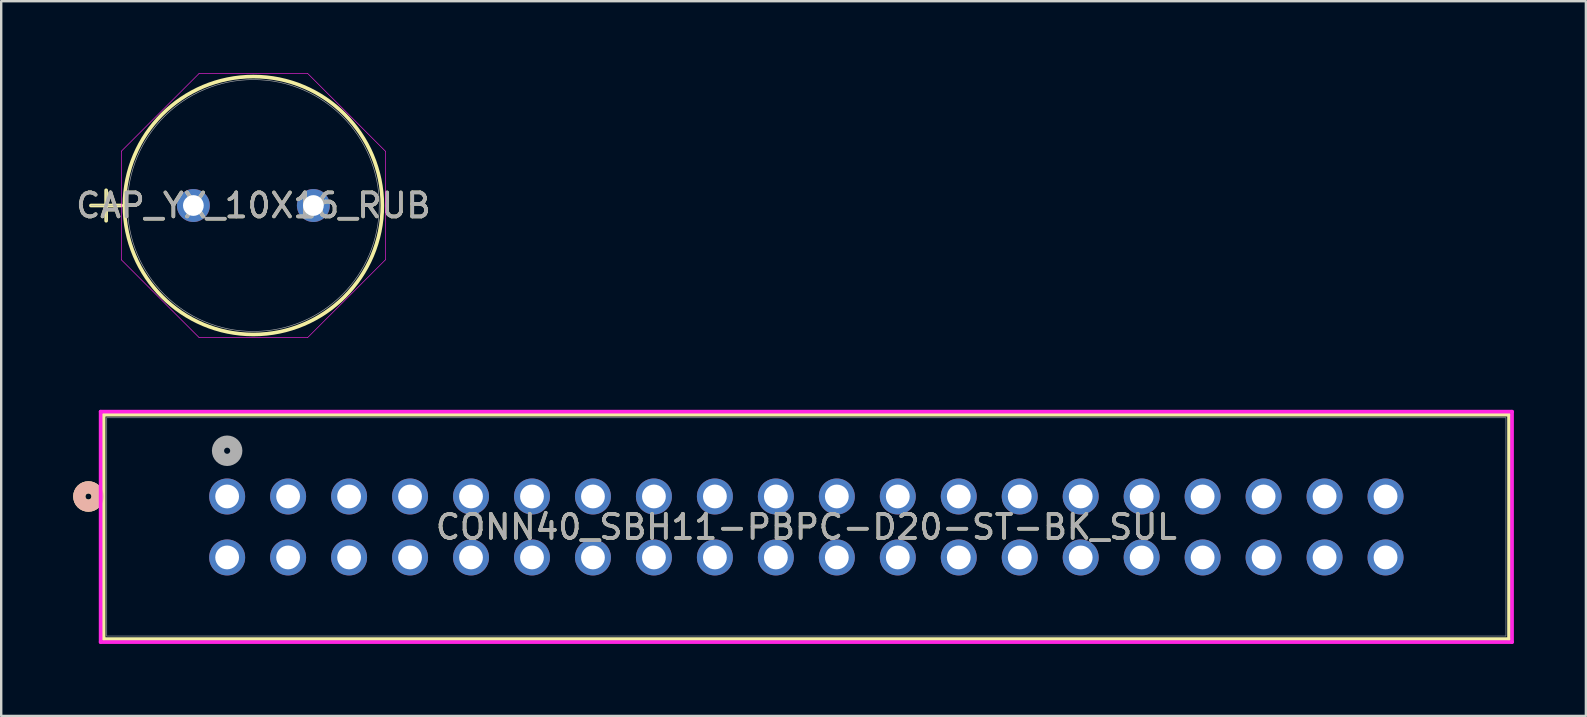
<source format=kicad_pcb>
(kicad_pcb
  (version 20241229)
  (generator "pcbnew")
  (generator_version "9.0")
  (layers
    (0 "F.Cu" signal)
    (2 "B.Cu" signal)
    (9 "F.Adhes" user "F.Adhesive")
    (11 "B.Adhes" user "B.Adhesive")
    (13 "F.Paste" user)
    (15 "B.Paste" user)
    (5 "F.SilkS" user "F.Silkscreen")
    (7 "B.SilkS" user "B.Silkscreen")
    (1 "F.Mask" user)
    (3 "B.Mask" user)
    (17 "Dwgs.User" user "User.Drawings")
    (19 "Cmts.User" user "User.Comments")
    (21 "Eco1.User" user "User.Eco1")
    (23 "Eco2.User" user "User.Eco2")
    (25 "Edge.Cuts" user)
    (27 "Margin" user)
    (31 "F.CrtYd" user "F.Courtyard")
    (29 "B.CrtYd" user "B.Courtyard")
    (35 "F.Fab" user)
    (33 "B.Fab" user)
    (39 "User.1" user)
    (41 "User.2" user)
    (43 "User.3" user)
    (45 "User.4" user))
  (footprint "CONN40_SBH11-PBPC-D20-ST-BK_SUL"
    (layer "F.Cu")
    (at 6.413 17.634)
    (property "Reference" "CONN40_SBH11-PBPC-D20-ST-BK_SUL" (at 24.13 1.27 0) (unlocked yes) (layer "F.SilkS") (effects (font (size 1 1) (thickness 0.15))))
    (attr through_hole)
    (fp_line (start -5.144 -3.407) (end -5.144 5.94) (stroke (width 0.152) (type solid)) (layer "F.SilkS"))
    (fp_line (start -5.144 5.94) (end 53.404 5.94) (stroke (width 0.152) (type solid)) (layer "F.SilkS"))
    (fp_line (start 53.404 -3.407) (end -5.144 -3.407) (stroke (width 0.152) (type solid)) (layer "F.SilkS"))
    (fp_line (start 53.404 5.94) (end 53.404 -3.407) (stroke (width 0.152) (type solid)) (layer "F.SilkS"))
    (fp_circle (center -5.779 0) (end -5.397 0) (stroke (width 0.508) (type solid)) (fill no) (layer "F.SilkS"))
    (fp_circle (center -5.779 0) (end -5.397 0) (stroke (width 0.508) (type solid)) (fill no) (layer "B.SilkS"))
    (fp_line (start -5.271 -3.534) (end -5.271 6.067) (stroke (width 0.152) (type solid)) (layer "F.CrtYd"))
    (fp_line (start -5.271 6.067) (end 53.531 6.067) (stroke (width 0.152) (type solid)) (layer "F.CrtYd"))
    (fp_line (start 53.531 -3.534) (end -5.271 -3.534) (stroke (width 0.152) (type solid)) (layer "F.CrtYd"))
    (fp_line (start 53.531 6.067) (end 53.531 -3.534) (stroke (width 0.152) (type solid)) (layer "F.CrtYd"))
    (fp_line (start -5.016 -3.28) (end -5.016 5.813) (stroke (width 0.025) (type solid)) (layer "F.Fab"))
    (fp_line (start -5.016 5.813) (end 53.276 5.813) (stroke (width 0.025) (type solid)) (layer "F.Fab"))
    (fp_line (start 53.276 -3.28) (end -5.016 -3.28) (stroke (width 0.025) (type solid)) (layer "F.Fab"))
    (fp_line (start 53.276 5.813) (end 53.276 -3.28) (stroke (width 0.025) (type solid)) (layer "F.Fab"))
    (fp_circle (center 0 -1.905) (end 0.381 -1.905) (stroke (width 0.508) (type solid)) (fill no) (layer "F.Fab"))
    (fp_text user "${REFERENCE}" (at 24.13 1.27 0) (unlocked yes) (layer "F.Fab") (effects (font (size 1 1) (thickness 0.15))))
    (pad "1" thru_hole circle (at 0 0) (size 1.499 1.499) (drill 0.991) (layers "*.Cu" "*.Mask"))
    (pad "2" thru_hole circle (at 0 2.54) (size 1.499 1.499) (drill 0.991) (layers "*.Cu" "*.Mask"))
    (pad "3" thru_hole circle (at 2.54 0) (size 1.499 1.499) (drill 0.991) (layers "*.Cu" "*.Mask"))
    (pad "4" thru_hole circle (at 2.54 2.54) (size 1.499 1.499) (drill 0.991) (layers "*.Cu" "*.Mask"))
    (pad "5" thru_hole circle (at 5.08 0) (size 1.499 1.499) (drill 0.991) (layers "*.Cu" "*.Mask"))
    (pad "6" thru_hole circle (at 5.08 2.54) (size 1.499 1.499) (drill 0.991) (layers "*.Cu" "*.Mask"))
    (pad "7" thru_hole circle (at 7.62 0) (size 1.499 1.499) (drill 0.991) (layers "*.Cu" "*.Mask"))
    (pad "8" thru_hole circle (at 7.62 2.54) (size 1.499 1.499) (drill 0.991) (layers "*.Cu" "*.Mask"))
    (pad "9" thru_hole circle (at 10.16 0) (size 1.499 1.499) (drill 0.991) (layers "*.Cu" "*.Mask"))
    (pad "10" thru_hole circle (at 10.16 2.54) (size 1.499 1.499) (drill 0.991) (layers "*.Cu" "*.Mask"))
    (pad "11" thru_hole circle (at 12.7 0) (size 1.499 1.499) (drill 0.991) (layers "*.Cu" "*.Mask"))
    (pad "12" thru_hole circle (at 12.7 2.54) (size 1.499 1.499) (drill 0.991) (layers "*.Cu" "*.Mask"))
    (pad "13" thru_hole circle (at 15.24 0) (size 1.499 1.499) (drill 0.991) (layers "*.Cu" "*.Mask"))
    (pad "14" thru_hole circle (at 15.24 2.54) (size 1.499 1.499) (drill 0.991) (layers "*.Cu" "*.Mask"))
    (pad "15" thru_hole circle (at 17.78 0) (size 1.499 1.499) (drill 0.991) (layers "*.Cu" "*.Mask"))
    (pad "16" thru_hole circle (at 17.78 2.54) (size 1.499 1.499) (drill 0.991) (layers "*.Cu" "*.Mask"))
    (pad "17" thru_hole circle (at 20.32 0) (size 1.499 1.499) (drill 0.991) (layers "*.Cu" "*.Mask"))
    (pad "18" thru_hole circle (at 20.32 2.54) (size 1.499 1.499) (drill 0.991) (layers "*.Cu" "*.Mask"))
    (pad "19" thru_hole circle (at 22.86 0) (size 1.499 1.499) (drill 0.991) (layers "*.Cu" "*.Mask"))
    (pad "20" thru_hole circle (at 22.86 2.54) (size 1.499 1.499) (drill 0.991) (layers "*.Cu" "*.Mask"))
    (pad "21" thru_hole circle (at 25.4 0) (size 1.499 1.499) (drill 0.991) (layers "*.Cu" "*.Mask"))
    (pad "22" thru_hole circle (at 25.4 2.54) (size 1.499 1.499) (drill 0.991) (layers "*.Cu" "*.Mask"))
    (pad "23" thru_hole circle (at 27.94 0) (size 1.499 1.499) (drill 0.991) (layers "*.Cu" "*.Mask"))
    (pad "24" thru_hole circle (at 27.94 2.54) (size 1.499 1.499) (drill 0.991) (layers "*.Cu" "*.Mask"))
    (pad "25" thru_hole circle (at 30.48 0) (size 1.499 1.499) (drill 0.991) (layers "*.Cu" "*.Mask"))
    (pad "26" thru_hole circle (at 30.48 2.54) (size 1.499 1.499) (drill 0.991) (layers "*.Cu" "*.Mask"))
    (pad "27" thru_hole circle (at 33.02 0) (size 1.499 1.499) (drill 0.991) (layers "*.Cu" "*.Mask"))
    (pad "28" thru_hole circle (at 33.02 2.54) (size 1.499 1.499) (drill 0.991) (layers "*.Cu" "*.Mask"))
    (pad "29" thru_hole circle (at 35.56 0) (size 1.499 1.499) (drill 0.991) (layers "*.Cu" "*.Mask"))
    (pad "30" thru_hole circle (at 35.56 2.54) (size 1.499 1.499) (drill 0.991) (layers "*.Cu" "*.Mask"))
    (pad "31" thru_hole circle (at 38.1 0) (size 1.499 1.499) (drill 0.991) (layers "*.Cu" "*.Mask"))
    (pad "32" thru_hole circle (at 38.1 2.54) (size 1.499 1.499) (drill 0.991) (layers "*.Cu" "*.Mask"))
    (pad "33" thru_hole circle (at 40.64 0) (size 1.499 1.499) (drill 0.991) (layers "*.Cu" "*.Mask"))
    (pad "34" thru_hole circle (at 40.64 2.54) (size 1.499 1.499) (drill 0.991) (layers "*.Cu" "*.Mask"))
    (pad "35" thru_hole circle (at 43.18 0) (size 1.499 1.499) (drill 0.991) (layers "*.Cu" "*.Mask"))
    (pad "36" thru_hole circle (at 43.18 2.54) (size 1.499 1.499) (drill 0.991) (layers "*.Cu" "*.Mask"))
    (pad "37" thru_hole circle (at 45.72 0) (size 1.499 1.499) (drill 0.991) (layers "*.Cu" "*.Mask"))
    (pad "38" thru_hole circle (at 45.72 2.54) (size 1.499 1.499) (drill 0.991) (layers "*.Cu" "*.Mask"))
    (pad "39" thru_hole circle (at 48.26 0) (size 1.499 1.499) (drill 0.991) (layers "*.Cu" "*.Mask"))
    (pad "40" thru_hole circle (at 48.26 2.54) (size 1.499 1.499) (drill 0.991) (layers "*.Cu" "*.Mask")))
  (footprint "CAP_YX_10X16_RUB"
    (layer "F.Cu")
    (at 5.006 5.512)
    (property "Reference" "CAP_YX_10X16_RUB" (at 2.5 0 0) (unlocked yes) (layer "F.SilkS") (effects (font (size 1 1) (thickness 0.15))))
    (attr through_hole)
    (fp_line (start -4.269 0) (end -2.999 0) (stroke (width 0.152) (type solid)) (layer "F.SilkS"))
    (fp_line (start -3.634 -0.635) (end -3.634 0.635) (stroke (width 0.152) (type solid)) (layer "F.SilkS"))
    (fp_circle (center 2.5 0) (end 7.872 0) (stroke (width 0.152) (type solid)) (fill no) (layer "F.SilkS"))
    (fp_line (start -2.999 -2.264) (end 0.236 -5.499) (stroke (width 0.025) (type solid)) (layer "F.CrtYd"))
    (fp_line (start -2.999 2.264) (end -2.999 -2.264) (stroke (width 0.025) (type solid)) (layer "F.CrtYd"))
    (fp_line (start 0.236 -5.499) (end 4.764 -5.499) (stroke (width 0.025) (type solid)) (layer "F.CrtYd"))
    (fp_line (start 0.236 5.499) (end -2.999 2.264) (stroke (width 0.025) (type solid)) (layer "F.CrtYd"))
    (fp_line (start 4.764 -5.499) (end 7.999 -2.264) (stroke (width 0.025) (type solid)) (layer "F.CrtYd"))
    (fp_line (start 4.764 5.499) (end 0.236 5.499) (stroke (width 0.025) (type solid)) (layer "F.CrtYd"))
    (fp_line (start 7.999 -2.264) (end 7.999 2.264) (stroke (width 0.025) (type solid)) (layer "F.CrtYd"))
    (fp_line (start 7.999 2.264) (end 4.764 5.499) (stroke (width 0.025) (type solid)) (layer "F.CrtYd"))
    (fp_line (start -4.269 0) (end -2.999 0) (stroke (width 0.025) (type solid)) (layer "F.Fab"))
    (fp_line (start -3.634 -0.635) (end -3.634 0.635) (stroke (width 0.025) (type solid)) (layer "F.Fab"))
    (fp_circle (center 2.5 0) (end 7.745 0) (stroke (width 0.025) (type solid)) (fill no) (layer "F.Fab"))
    (fp_text user "${REFERENCE}" (at 2.5 0 0) (unlocked yes) (layer "F.Fab") (effects (font (size 1 1) (thickness 0.15))))
    (pad "1" thru_hole circle (at 0 0) (size 1.372 1.372) (drill 0.864) (layers "*.Cu" "*.Mask"))
    (pad "2" thru_hole circle (at 5 0) (size 1.372 1.372) (drill 0.864) (layers "*.Cu" "*.Mask")))
  (gr_rect
    (start -3 -3)
    (end 63.02 26.777)
    (stroke (width 0.1) (type default))
    (fill no)
    (layer "Edge.Cuts")))
</source>
